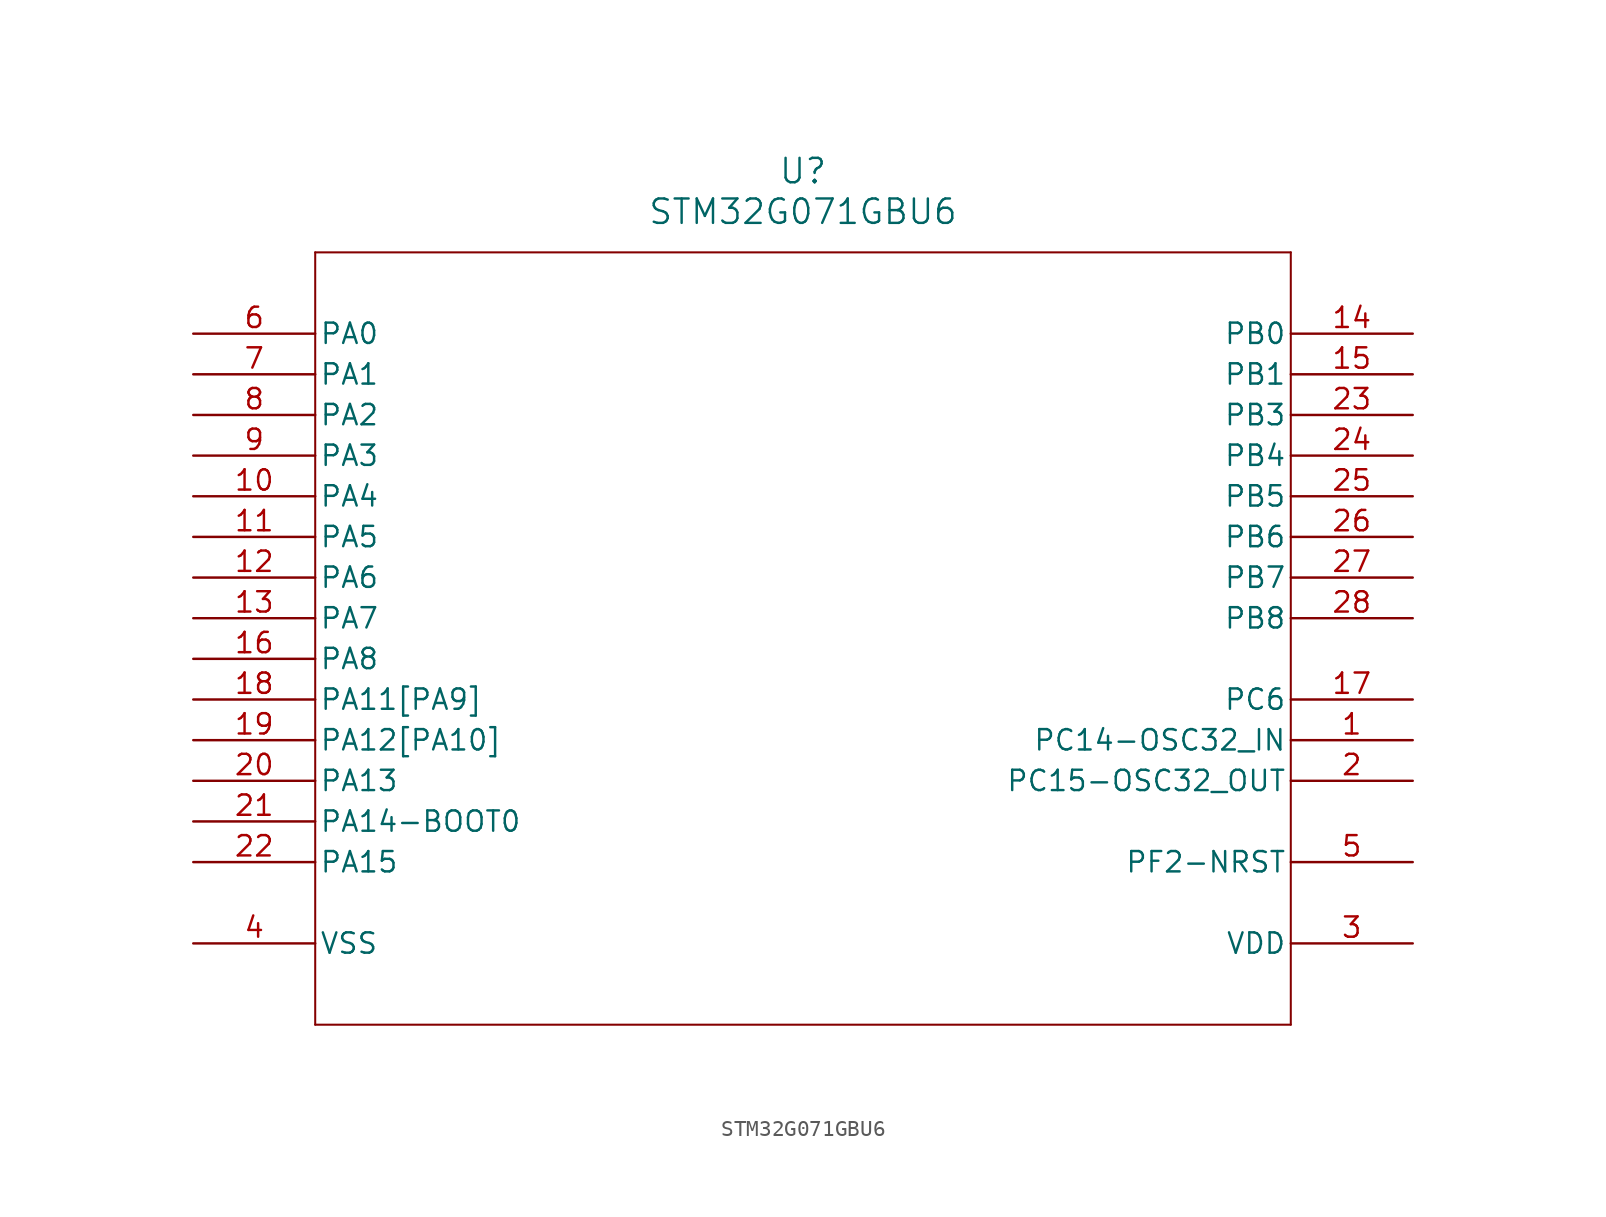
<source format=kicad_sym>
(kicad_symbol_lib
  (version 20211014)
  (generator kicad_symbol_editor)
  (symbol "STM32G071GBU6"
    (pin_names
      (offset 0.254))
    (property "Reference" "U"
      (at 38.1 10.16 0)
      (effects (font (size 1.524 1.524))))
    (property "Value" "STM32G071GBU6"
      (at 38.1 7.62 0)
      (effects (font (size 1.524 1.524))))
    (symbol "STM32G071GBU6_0_1"
      (polyline (pts (xy 7.62 5.08) (xy 7.62 -43.18)) (stroke (width 0.127) (type default) (color 0 0 0 0)) (fill (type none)))
      (polyline (pts (xy 7.62 -43.18) (xy 68.58 -43.18)) (stroke (width 0.127) (type default) (color 0 0 0 0)) (fill (type none)))
      (polyline (pts (xy 68.58 -43.18) (xy 68.58 5.08)) (stroke (width 0.127) (type default) (color 0 0 0 0)) (fill (type none)))
      (polyline (pts (xy 68.58 5.08) (xy 7.62 5.08)) (stroke (width 0.127) (type default) (color 0 0 0 0)) (fill (type none)))
      (pin bidirectional line (at 76.2 -25.4 180) (length 7.62) (name "PC14-OSC32_IN" (effects (font (size 1.27 1.27)))) (number "1" (effects (font (size 1.27 1.27)))))
      (pin bidirectional line (at 76.2 -27.94 180) (length 7.62) (name "PC15-OSC32_OUT" (effects (font (size 1.27 1.27)))) (number "2" (effects (font (size 1.27 1.27)))))
      (pin power_in line (at 76.2 -38.1 180) (length 7.62) (name "VDD" (effects (font (size 1.27 1.27)))) (number "3" (effects (font (size 1.27 1.27)))))
      (pin power_in line (at 0 -38.1 0) (length 7.62) (name "VSS" (effects (font (size 1.27 1.27)))) (number "4" (effects (font (size 1.27 1.27)))))
      (pin bidirectional line (at 76.2 -33.02 180) (length 7.62) (name "PF2-NRST" (effects (font (size 1.27 1.27)))) (number "5" (effects (font (size 1.27 1.27)))))
      (pin bidirectional line (at 0 0 0) (length 7.62) (name "PA0" (effects (font (size 1.27 1.27)))) (number "6" (effects (font (size 1.27 1.27)))))
      (pin bidirectional line (at 0 -2.54 0) (length 7.62) (name "PA1" (effects (font (size 1.27 1.27)))) (number "7" (effects (font (size 1.27 1.27)))))
      (pin bidirectional line (at 0 -5.08 0) (length 7.62) (name "PA2" (effects (font (size 1.27 1.27)))) (number "8" (effects (font (size 1.27 1.27)))))
      (pin bidirectional line (at 0 -7.62 0) (length 7.62) (name "PA3" (effects (font (size 1.27 1.27)))) (number "9" (effects (font (size 1.27 1.27)))))
      (pin bidirectional line (at 0 -10.16 0) (length 7.62) (name "PA4" (effects (font (size 1.27 1.27)))) (number "10" (effects (font (size 1.27 1.27)))))
      (pin bidirectional line (at 0 -12.7 0) (length 7.62) (name "PA5" (effects (font (size 1.27 1.27)))) (number "11" (effects (font (size 1.27 1.27)))))
      (pin bidirectional line (at 0 -15.24 0) (length 7.62) (name "PA6" (effects (font (size 1.27 1.27)))) (number "12" (effects (font (size 1.27 1.27)))))
      (pin bidirectional line (at 0 -17.78 0) (length 7.62) (name "PA7" (effects (font (size 1.27 1.27)))) (number "13" (effects (font (size 1.27 1.27)))))
      (pin bidirectional line (at 76.2 0 180) (length 7.62) (name "PB0" (effects (font (size 1.27 1.27)))) (number "14" (effects (font (size 1.27 1.27)))))
      (pin bidirectional line (at 76.2 -2.54 180) (length 7.62) (name "PB1" (effects (font (size 1.27 1.27)))) (number "15" (effects (font (size 1.27 1.27)))))
      (pin bidirectional line (at 0 -20.32 0) (length 7.62) (name "PA8" (effects (font (size 1.27 1.27)))) (number "16" (effects (font (size 1.27 1.27)))))
      (pin bidirectional line (at 76.2 -22.86 180) (length 7.62) (name "PC6" (effects (font (size 1.27 1.27)))) (number "17" (effects (font (size 1.27 1.27)))))
      (pin bidirectional line (at 0 -22.86 0) (length 7.62) (name "PA11[PA9]" (effects (font (size 1.27 1.27)))) (number "18" (effects (font (size 1.27 1.27)))))
      (pin bidirectional line (at 0 -25.4 0) (length 7.62) (name "PA12[PA10]" (effects (font (size 1.27 1.27)))) (number "19" (effects (font (size 1.27 1.27)))))
      (pin bidirectional line (at 0 -27.94 0) (length 7.62) (name "PA13" (effects (font (size 1.27 1.27)))) (number "20" (effects (font (size 1.27 1.27)))))
      (pin bidirectional line (at 0 -30.48 0) (length 7.62) (name "PA14-BOOT0" (effects (font (size 1.27 1.27)))) (number "21" (effects (font (size 1.27 1.27)))))
      (pin bidirectional line (at 0 -33.02 0) (length 7.62) (name "PA15" (effects (font (size 1.27 1.27)))) (number "22" (effects (font (size 1.27 1.27)))))
      (pin bidirectional line (at 76.2 -5.08 180) (length 7.62) (name "PB3" (effects (font (size 1.27 1.27)))) (number "23" (effects (font (size 1.27 1.27)))))
      (pin bidirectional line (at 76.2 -7.62 180) (length 7.62) (name "PB4" (effects (font (size 1.27 1.27)))) (number "24" (effects (font (size 1.27 1.27)))))
      (pin bidirectional line (at 76.2 -10.16 180) (length 7.62) (name "PB5" (effects (font (size 1.27 1.27)))) (number "25" (effects (font (size 1.27 1.27)))))
      (pin bidirectional line (at 76.2 -12.7 180) (length 7.62) (name "PB6" (effects (font (size 1.27 1.27)))) (number "26" (effects (font (size 1.27 1.27)))))
      (pin bidirectional line (at 76.2 -15.24 180) (length 7.62) (name "PB7" (effects (font (size 1.27 1.27)))) (number "27" (effects (font (size 1.27 1.27)))))
      (pin bidirectional line (at 76.2 -17.78 180) (length 7.62) (name "PB8" (effects (font (size 1.27 1.27)))) (number "28" (effects (font (size 1.27 1.27))))))))
</source>
